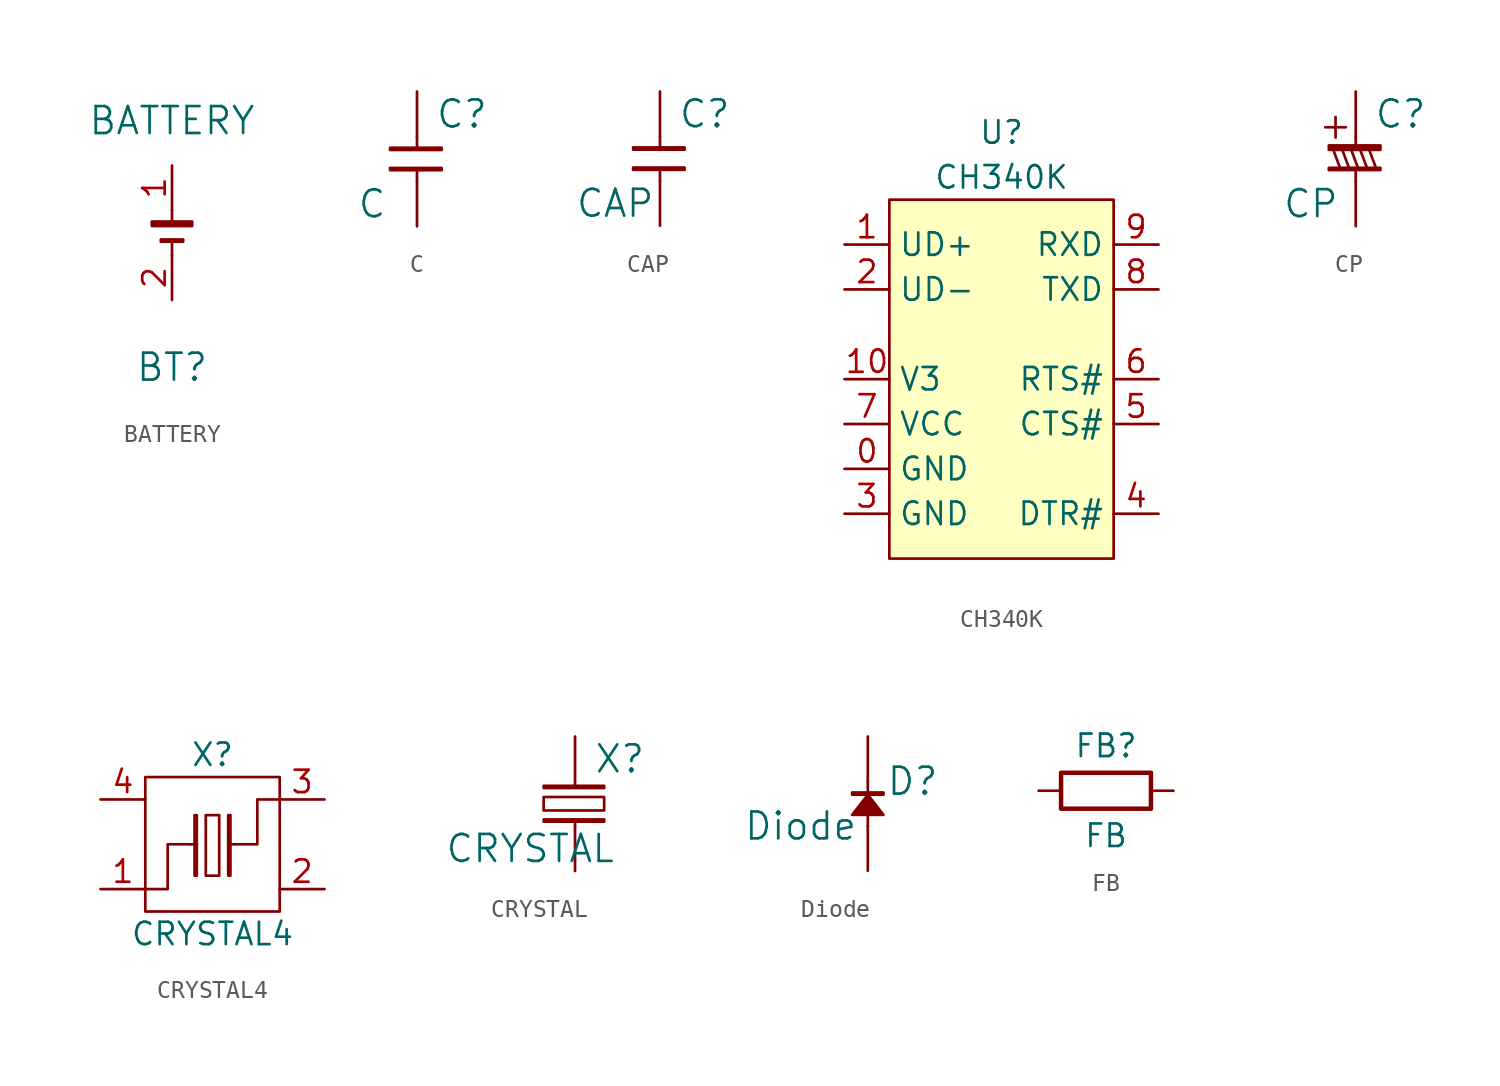
<source format=kicad_sym>
(kicad_symbol_lib
  (version 20220914)
  (generator kicad_symbol_editor)
  (symbol "BATTERY"
    (pin_names
      (offset 1.016) hide)
    (property "Reference" "BT"
      (at 0 -7.62 0)
      (effects (font (size 1.524 1.524))))
    (property "Value" "BATTERY"
      (at 0 6.35 0)
      (effects (font (size 1.524 1.524))))
    (property "Footprint" ""
      (at 0 0.127 0)
      (effects (font (size 1.524 1.524))))
    (property "Datasheet" ""
      (at 0 0.127 0)
      (effects (font (size 1.524 1.524))))
    (symbol "BATTERY_0_1"
      (rectangle (start -1.143 0.635) (end 1.143 0.381) (stroke (width 0) (type default)) (fill (type outline)))
      (rectangle (start -0.635 -0.381) (end 0.635 -0.508) (stroke (width 0) (type default)) (fill (type none)))
      (polyline (pts (xy 0 -0.508) (xy 0 -1.27)) (stroke (width 0) (type default)) (fill (type none)))
      (polyline (pts (xy 0 1.27) (xy 0 0.635)) (stroke (width 0) (type default)) (fill (type none))))
    (symbol "BATTERY_1_1"
      (pin input line (at 0 3.81 270) (length 2.54) (name "+" (effects (font (size 1.27 1.27)))) (number "1" (effects (font (size 1.27 1.27)))))
      (pin input line (at 0 -3.81 90) (length 2.54) (name "-" (effects (font (size 1.27 1.27)))) (number "2" (effects (font (size 1.27 1.27)))))))
  (symbol "C"
    (pin_numbers hide)
    (pin_names
      (offset 1.016) hide)
    (property "Reference" "C"
      (at 2.54 2.54 0)
      (effects (font (size 1.524 1.524))))
    (property "Value" "C"
      (at -2.54 -2.54 0)
      (effects (font (size 1.524 1.524))))
    (symbol "C_0_1"
      (rectangle (start -1.524 -0.508) (end 1.397 -0.635) (stroke (width 0) (type default)) (fill (type none)))
      (rectangle (start -1.524 0.635) (end 1.397 0.508) (stroke (width 0) (type default)) (fill (type none)))
      (rectangle (start 0 -0.635) (end 0 -1.27) (stroke (width 0) (type default)) (fill (type none)))
      (rectangle (start 0 1.27) (end 0 0.635) (stroke (width 0) (type default)) (fill (type none))))
    (symbol "C_1_1"
      (pin passive line (at 0 -3.81 90) (length 2.54) (name "~" (effects (font (size 1.27 1.27)))) (number "1" (effects (font (size 1.27 1.27)))))
      (pin passive line (at 0 3.81 270) (length 2.54) (name "~" (effects (font (size 1.27 1.27)))) (number "2" (effects (font (size 1.27 1.27)))))))
  (symbol "CAP"
    (pin_numbers hide)
    (pin_names
      (offset 1.016) hide)
    (property "Reference" "C"
      (at 2.54 2.54 0)
      (effects (font (size 1.524 1.524))))
    (property "Value" "CAP"
      (at -2.54 -2.54 0)
      (effects (font (size 1.524 1.524))))
    (symbol "CAP_0_1"
      (rectangle (start -1.524 -0.508) (end 1.397 -0.635) (stroke (width 0) (type default)) (fill (type none)))
      (rectangle (start -1.524 0.635) (end 1.397 0.508) (stroke (width 0) (type default)) (fill (type none)))
      (rectangle (start 0 -0.635) (end 0 -1.27) (stroke (width 0) (type default)) (fill (type none)))
      (rectangle (start 0 1.27) (end 0 0.635) (stroke (width 0) (type default)) (fill (type none))))
    (symbol "CAP_1_1"
      (pin passive line (at 0 -3.81 90) (length 2.54) (name "~" (effects (font (size 1.27 1.27)))) (number "1" (effects (font (size 1.27 1.27)))))
      (pin passive line (at 0 3.81 270) (length 2.54) (name "~" (effects (font (size 1.27 1.27)))) (number "2" (effects (font (size 1.27 1.27)))))))
  (symbol "CH340K"
    (property "Reference" "U"
      (at 0 13.97 0)
      (effects (font (size 1.27 1.27))))
    (property "Value" "CH340K"
      (at 0 11.43 0)
      (effects (font (size 1.27 1.27))))
    (symbol "CH340K_0_1"
      (rectangle (start -6.35 10.16) (end 6.35 -10.16) (stroke (width 0) (type default)) (fill (type background))))
    (symbol "CH340K_1_1"
      (pin power_in line (at -8.89 -5.08 0) (length 2.54) (name "GND" (effects (font (size 1.27 1.27)))) (number "0" (effects (font (size 1.27 1.27)))))
      (pin passive line (at -8.89 7.62 0) (length 2.54) (name "UD+" (effects (font (size 1.27 1.27)))) (number "1" (effects (font (size 1.27 1.27)))))
      (pin power_in line (at -8.89 0 0) (length 2.54) (name "V3" (effects (font (size 1.27 1.27)))) (number "10" (effects (font (size 1.27 1.27)))))
      (pin passive line (at -8.89 5.08 0) (length 2.54) (name "UD-" (effects (font (size 1.27 1.27)))) (number "2" (effects (font (size 1.27 1.27)))))
      (pin power_in line (at -8.89 -7.62 0) (length 2.54) (name "GND" (effects (font (size 1.27 1.27)))) (number "3" (effects (font (size 1.27 1.27)))))
      (pin output line (at 8.89 -7.62 180) (length 2.54) (name "DTR#" (effects (font (size 1.27 1.27)))) (number "4" (effects (font (size 1.27 1.27)))))
      (pin input line (at 8.89 -2.54 180) (length 2.54) (name "CTS#" (effects (font (size 1.27 1.27)))) (number "5" (effects (font (size 1.27 1.27)))))
      (pin output line (at 8.89 0 180) (length 2.54) (name "RTS#" (effects (font (size 1.27 1.27)))) (number "6" (effects (font (size 1.27 1.27)))))
      (pin power_in line (at -8.89 -2.54 0) (length 2.54) (name "VCC" (effects (font (size 1.27 1.27)))) (number "7" (effects (font (size 1.27 1.27)))))
      (pin output line (at 8.89 5.08 180) (length 2.54) (name "TXD" (effects (font (size 1.27 1.27)))) (number "8" (effects (font (size 1.27 1.27)))))
      (pin input line (at 8.89 7.62 180) (length 2.54) (name "RXD" (effects (font (size 1.27 1.27)))) (number "9" (effects (font (size 1.27 1.27)))))))
  (symbol "CP"
    (pin_numbers hide)
    (pin_names
      (offset 1.016) hide)
    (property "Reference" "C"
      (at 2.54 2.54 0)
      (effects (font (size 1.524 1.524))))
    (property "Value" "CP"
      (at -2.54 -2.54 0)
      (effects (font (size 1.524 1.524))))
    (symbol "CP_0_0"
      (text "+" (at -1.143 1.905 0) (effects (font (size 1.524 1.524)))))
    (symbol "CP_0_1"
      (rectangle (start -1.524 -0.508) (end 1.397 -0.635) (stroke (width 0) (type default)) (fill (type none)))
      (rectangle (start -1.524 0.762) (end 1.397 0.508) (stroke (width 0) (type default)) (fill (type outline)))
      (rectangle (start 0 -0.635) (end 0 -1.27) (stroke (width 0) (type default)) (fill (type none)))
      (polyline (pts (xy -1.27 0.508) (xy -0.889 -0.508)) (stroke (width 0) (type default)) (fill (type none)))
      (polyline (pts (xy -0.762 0.508) (xy -0.381 -0.508)) (stroke (width 0) (type default)) (fill (type none)))
      (polyline (pts (xy -0.254 0.508) (xy 0.127 -0.508)) (stroke (width 0) (type default)) (fill (type none)))
      (polyline (pts (xy 0.254 0.508) (xy 0.635 -0.508)) (stroke (width 0) (type default)) (fill (type none)))
      (polyline (pts (xy 0.762 0.508) (xy 1.143 -0.508)) (stroke (width 0) (type default)) (fill (type none)))
      (rectangle (start 0 1.27) (end 0 0.762) (stroke (width 0) (type default)) (fill (type none))))
    (symbol "CP_1_1"
      (pin passive line (at 0 3.81 270) (length 2.54) (name "~" (effects (font (size 1.27 1.27)))) (number "1" (effects (font (size 1.27 1.27)))))
      (pin passive line (at 0 -3.81 90) (length 2.54) (name "~" (effects (font (size 1.27 1.27)))) (number "2" (effects (font (size 1.27 1.27)))))))
  (symbol "CRYSTAL4"
    (pin_names
      (offset 1.016))
    (property "Reference" "X"
      (at 0 5.08 0)
      (effects (font (size 1.27 1.27))))
    (property "Value" "CRYSTAL4"
      (at 0 -5.08 0)
      (effects (font (size 1.27 1.27))))
    (symbol "CRYSTAL4_0_1"
      (rectangle (start -3.81 3.81) (end 3.81 -3.81) (stroke (width 0) (type default)) (fill (type none)))
      (polyline (pts (xy -3.81 -2.54) (xy -2.54 -2.54) (xy -2.54 0) (xy -1.27 0)) (stroke (width 0) (type default)) (fill (type none)))
      (polyline (pts (xy 1.27 0) (xy 2.54 0) (xy 2.54 2.54) (xy 3.81 2.54)) (stroke (width 0) (type default)) (fill (type none))))
    (symbol "CRYSTAL4_1_1"
      (rectangle (start -1.016 -1.778) (end -0.889 1.651) (stroke (width 0) (type default)) (fill (type none)))
      (rectangle (start -0.381 -1.778) (end 0.381 1.651) (stroke (width 0) (type default)) (fill (type none)))
      (polyline (pts (xy -1.27 0) (xy -1.016 0)) (stroke (width 0) (type default)) (fill (type none)))
      (polyline (pts (xy 1.016 0) (xy 1.27 0)) (stroke (width 0) (type default)) (fill (type none)))
      (rectangle (start 0.889 -1.778) (end 1.016 1.651) (stroke (width 0) (type default)) (fill (type none)))
      (pin passive line (at -6.35 -2.54 0) (length 2.54) (name "~" (effects (font (size 1.27 1.27)))) (number "1" (effects (font (size 1.27 1.27)))))
      (pin passive line (at 6.35 -2.54 180) (length 2.54) (name "~" (effects (font (size 1.27 1.27)))) (number "2" (effects (font (size 1.27 1.27)))))
      (pin passive line (at 6.35 2.54 180) (length 2.54) (name "~" (effects (font (size 1.27 1.27)))) (number "3" (effects (font (size 1.27 1.27)))))
      (pin passive line (at -6.35 2.54 0) (length 2.54) (name "~" (effects (font (size 1.27 1.27)))) (number "4" (effects (font (size 1.27 1.27)))))))
  (symbol "CRYSTAL"
    (pin_numbers hide)
    (pin_names
      (offset 1.016) hide)
    (property "Reference" "X"
      (at 2.54 2.54 0)
      (effects (font (size 1.524 1.524))))
    (property "Value" "CRYSTAL"
      (at -2.54 -2.54 0)
      (effects (font (size 1.524 1.524))))
    (symbol "CRYSTAL_0_0"
      (rectangle (start -1.778 0.381) (end 1.651 -0.381) (stroke (width 0) (type default)) (fill (type none)))
      (polyline (pts (xy 0 -1.016) (xy 0 -1.27)) (stroke (width 0) (type default)) (fill (type none)))
      (polyline (pts (xy 0 1.27) (xy 0 1.016)) (stroke (width 0) (type default)) (fill (type none))))
    (symbol "CRYSTAL_0_1"
      (rectangle (start -1.778 -0.889) (end 1.651 -1.016) (stroke (width 0) (type default)) (fill (type none)))
      (rectangle (start -1.778 1.016) (end 1.651 0.889) (stroke (width 0) (type default)) (fill (type none))))
    (symbol "CRYSTAL_1_1"
      (pin passive line (at 0 -3.81 90) (length 2.54) (name "~" (effects (font (size 1.27 1.27)))) (number "1" (effects (font (size 1.27 1.27)))))
      (pin passive line (at 0 3.81 270) (length 2.54) (name "~" (effects (font (size 1.27 1.27)))) (number "2" (effects (font (size 1.27 1.27)))))))
  (symbol "Diode"
    (pin_numbers hide)
    (pin_names
      (offset 1.016))
    (property "Reference" "D"
      (at 2.54 1.27 0)
      (effects (font (size 1.524 1.524))))
    (property "Value" "Diode"
      (at -3.81 -1.27 0)
      (effects (font (size 1.524 1.524))))
    (symbol "Diode_0_1"
      (rectangle (start -0.889 0.635) (end 0.889 0.508) (stroke (width 0) (type default)) (fill (type none)))
      (polyline (pts (xy 0 -1.27) (xy 0 -0.635)) (stroke (width 0) (type default)) (fill (type none)))
      (polyline (pts (xy 0 1.27) (xy 0 0.635)) (stroke (width 0) (type default)) (fill (type none)))
      (polyline (pts (xy 0 0.508) (xy -0.889 -0.635) (xy 0.889 -0.635) (xy 0 0.508)) (stroke (width 0) (type default)) (fill (type outline))))
    (symbol "Diode_1_1"
      (pin passive line (at 0 3.81 270) (length 2.54) (name "~" (effects (font (size 1.27 1.27)))) (number "1" (effects (font (size 1.27 1.27)))))
      (pin passive line (at 0 -3.81 90) (length 2.54) (name "~" (effects (font (size 1.27 1.27)))) (number "2" (effects (font (size 1.27 1.27)))))))
  (symbol "FB"
    (pin_numbers hide)
    (pin_names
      (offset 1.016))
    (property "Reference" "FB"
      (at 0 2.54 0)
      (effects (font (size 1.27 1.27))))
    (property "Value" "FB"
      (at 0 -2.54 0)
      (effects (font (size 1.27 1.27))))
    (symbol "FB_1_1"
      (rectangle (start 2.54 -1.016) (end -2.54 1.016) (stroke (width 0.254) (type default)) (fill (type none)))
      (pin passive line (at -3.81 0 0) (length 1.27) (name "~" (effects (font (size 1.27 1.27)))) (number "1" (effects (font (size 1.27 1.27)))))
      (pin passive line (at 3.81 0 180) (length 1.27) (name "~" (effects (font (size 1.27 1.27)))) (number "2" (effects (font (size 1.27 1.27))))))))
</source>
